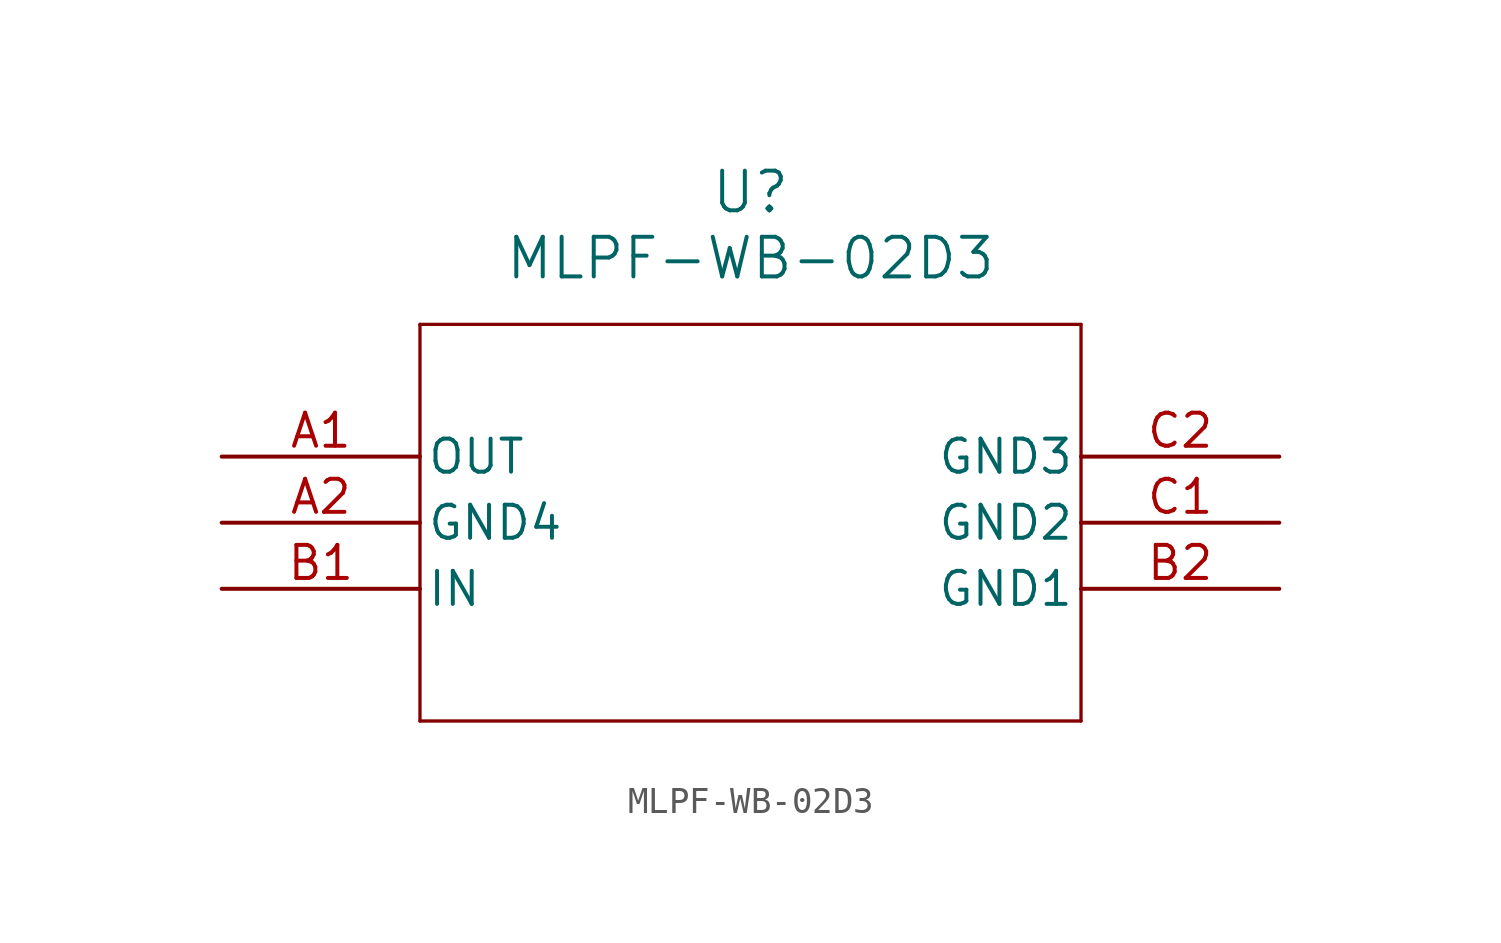
<source format=kicad_sym>
(kicad_symbol_lib
  (version 20211014)
  (generator kicad_symbol_editor)
  (symbol "MLPF-WB-02D3"
    (pin_names
      (offset 0.254))
    (property "Reference" "U"
      (at 20.32 10.16 0)
      (effects (font (size 1.524 1.524))))
    (property "Value" "MLPF-WB-02D3"
      (at 20.32 7.62 0)
      (effects (font (size 1.524 1.524))))
    (symbol "MLPF-WB-02D3_0_1"
      (polyline (pts (xy 7.62 5.08) (xy 7.62 -10.16)) (stroke (width 0.127) (type default) (color 0 0 0 0)) (fill (type none)))
      (polyline (pts (xy 7.62 -10.16) (xy 33.02 -10.16)) (stroke (width 0.127) (type default) (color 0 0 0 0)) (fill (type none)))
      (polyline (pts (xy 33.02 -10.16) (xy 33.02 5.08)) (stroke (width 0.127) (type default) (color 0 0 0 0)) (fill (type none)))
      (polyline (pts (xy 33.02 5.08) (xy 7.62 5.08)) (stroke (width 0.127) (type default) (color 0 0 0 0)) (fill (type none)))
      (pin output line (at 0 0 0) (length 7.62) (name "OUT" (effects (font (size 1.27 1.27)))) (number "A1" (effects (font (size 1.27 1.27)))))
      (pin power_out line (at 0 -2.54 0) (length 7.62) (name "GND4" (effects (font (size 1.27 1.27)))) (number "A2" (effects (font (size 1.27 1.27)))))
      (pin input line (at 0 -5.08 0) (length 7.62) (name "IN" (effects (font (size 1.27 1.27)))) (number "B1" (effects (font (size 1.27 1.27)))))
      (pin power_out line (at 40.64 -5.08 180) (length 7.62) (name "GND1" (effects (font (size 1.27 1.27)))) (number "B2" (effects (font (size 1.27 1.27)))))
      (pin power_out line (at 40.64 -2.54 180) (length 7.62) (name "GND2" (effects (font (size 1.27 1.27)))) (number "C1" (effects (font (size 1.27 1.27)))))
      (pin power_out line (at 40.64 0 180) (length 7.62) (name "GND3" (effects (font (size 1.27 1.27)))) (number "C2" (effects (font (size 1.27 1.27))))))))
</source>
